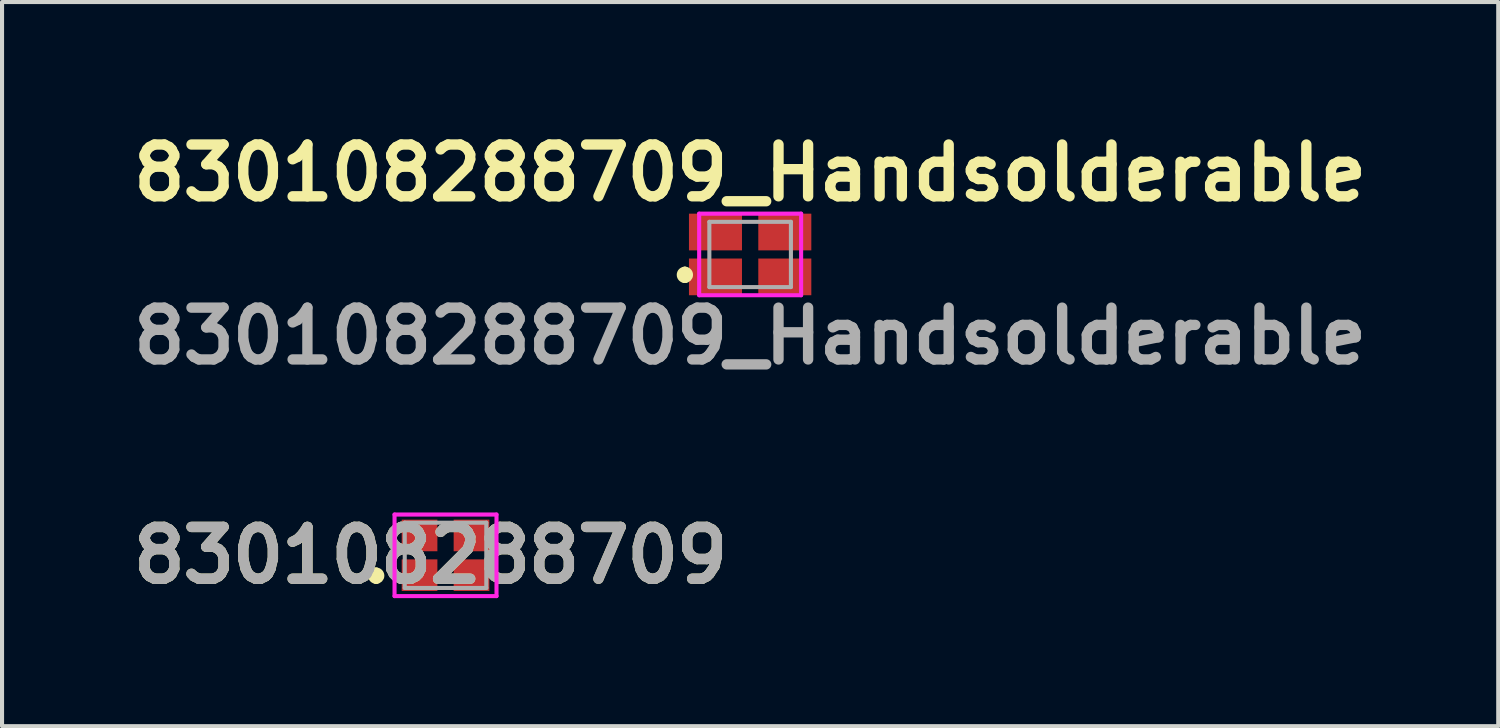
<source format=kicad_pcb>
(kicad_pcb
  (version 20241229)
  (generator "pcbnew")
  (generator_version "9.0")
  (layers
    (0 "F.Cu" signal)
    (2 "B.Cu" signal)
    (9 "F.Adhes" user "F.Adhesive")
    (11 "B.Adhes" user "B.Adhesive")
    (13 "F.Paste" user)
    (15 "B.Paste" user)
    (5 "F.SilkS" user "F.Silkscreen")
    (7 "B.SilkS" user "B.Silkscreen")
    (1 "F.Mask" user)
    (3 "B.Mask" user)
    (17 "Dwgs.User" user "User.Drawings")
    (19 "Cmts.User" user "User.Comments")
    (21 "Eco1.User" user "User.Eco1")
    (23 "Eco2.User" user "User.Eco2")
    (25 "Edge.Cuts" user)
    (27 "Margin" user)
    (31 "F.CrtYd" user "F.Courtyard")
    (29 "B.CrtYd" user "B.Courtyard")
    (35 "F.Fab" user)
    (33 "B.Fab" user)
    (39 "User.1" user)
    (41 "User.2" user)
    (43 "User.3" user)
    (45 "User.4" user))
  (footprint "830108288709"
    (layer "F.Cu")
    (at 7.874 10.566)
    (property "Reference" "830108288709" (at -0.363 0 0) (layer "F.SilkS") (effects (font (size 1.27 1.27) (thickness 0.254))))
    (attr smd)
    (fp_line (start -1.7 0.4) (end -1.7 0.4) (stroke (width 0.2) (type solid)) (layer "F.SilkS"))
    (fp_line (start -1.7 0.6) (end -1.7 0.6) (stroke (width 0.2) (type solid)) (layer "F.SilkS"))
    (fp_arc (start -1.7 0.4) (mid -1.6 0.5) (end -1.7 0.6) (stroke (width 0.2) (type solid)) (layer "F.SilkS"))
    (fp_arc (start -1.7 0.6) (mid -1.8 0.5) (end -1.7 0.4) (stroke (width 0.2) (type solid)) (layer "F.SilkS"))
    (fp_line (start -1.25 -1) (end 1.25 -1) (stroke (width 0.1) (type solid)) (layer "F.CrtYd"))
    (fp_line (start -1.25 1) (end -1.25 -1) (stroke (width 0.1) (type solid)) (layer "F.CrtYd"))
    (fp_line (start 1.25 -1) (end 1.25 1) (stroke (width 0.1) (type solid)) (layer "F.CrtYd"))
    (fp_line (start 1.25 1) (end -1.25 1) (stroke (width 0.1) (type solid)) (layer "F.CrtYd"))
    (fp_line (start -1 -0.8) (end 1 -0.8) (stroke (width 0.1) (type solid)) (layer "F.Fab"))
    (fp_line (start -1 0.8) (end -1 -0.8) (stroke (width 0.1) (type solid)) (layer "F.Fab"))
    (fp_line (start 1 -0.8) (end 1 0.8) (stroke (width 0.1) (type solid)) (layer "F.Fab"))
    (fp_line (start 1 0.8) (end -1 0.8) (stroke (width 0.1) (type solid)) (layer "F.Fab"))
    (fp_text user "${REFERENCE}" (at -0.363 0 0) (layer "F.Fab") (effects (font (size 1.27 1.27) (thickness 0.254))))
    (pad "1" smd rect (at -0.637 0.487 90) (size 0.775 0.875) (layers "F.Cu" "F.Mask" "F.Paste"))
    (pad "2" smd rect (at 0.637 0.487 90) (size 0.775 0.875) (layers "F.Cu" "F.Mask" "F.Paste"))
    (pad "3" smd rect (at 0.637 -0.487 90) (size 0.775 0.875) (layers "F.Cu" "F.Mask" "F.Paste"))
    (pad "4" smd rect (at -0.637 -0.487 90) (size 0.775 0.875) (layers "F.Cu" "F.Mask" "F.Paste")))
  (footprint "830108288709_Handsolderable"
    (layer "F.Cu")
    (at 15.343 3.189)
    (property "Reference" "830108288709_Handsolderable" (at 0 -2 0) (layer "F.SilkS") (effects (font (size 1.27 1.27) (thickness 0.254))))
    (attr smd)
    (fp_line (start -1.6 0.4) (end -1.6 0.4) (stroke (width 0.2) (type solid)) (layer "F.SilkS"))
    (fp_line (start -1.6 0.6) (end -1.6 0.6) (stroke (width 0.2) (type solid)) (layer "F.SilkS"))
    (fp_arc (start -1.6 0.4) (mid -1.5 0.5) (end -1.6 0.6) (stroke (width 0.2) (type solid)) (layer "F.SilkS"))
    (fp_arc (start -1.6 0.6) (mid -1.7 0.5) (end -1.6 0.4) (stroke (width 0.2) (type solid)) (layer "F.SilkS"))
    (fp_line (start -1.25 -1) (end 1.25 -1) (stroke (width 0.1) (type solid)) (layer "F.CrtYd"))
    (fp_line (start -1.25 1) (end -1.25 -1) (stroke (width 0.1) (type solid)) (layer "F.CrtYd"))
    (fp_line (start 1.25 -1) (end 1.25 1) (stroke (width 0.1) (type solid)) (layer "F.CrtYd"))
    (fp_line (start 1.25 1) (end -1.25 1) (stroke (width 0.1) (type solid)) (layer "F.CrtYd"))
    (fp_line (start -1 -0.8) (end 1 -0.8) (stroke (width 0.1) (type solid)) (layer "F.Fab"))
    (fp_line (start -1 0.8) (end -1 -0.8) (stroke (width 0.1) (type solid)) (layer "F.Fab"))
    (fp_line (start 1 -0.8) (end 1 0.8) (stroke (width 0.1) (type solid)) (layer "F.Fab"))
    (fp_line (start 1 0.8) (end -1 0.8) (stroke (width 0.1) (type solid)) (layer "F.Fab"))
    (fp_text user "${REFERENCE}" (at 0 2 0) (layer "F.Fab") (effects (font (size 1.27 1.27) (thickness 0.254))))
    (pad "1" smd rect (at -0.85 0.55 90) (size 0.9 1.3) (layers "F.Cu" "F.Mask" "F.Paste"))
    (pad "2" smd rect (at 0.85 0.55 90) (size 0.9 1.3) (layers "F.Cu" "F.Mask" "F.Paste"))
    (pad "3" smd rect (at 0.85 -0.55 90) (size 0.9 1.3) (layers "F.Cu" "F.Mask" "F.Paste"))
    (pad "4" smd rect (at -0.85 -0.55 90) (size 0.9 1.3) (layers "F.Cu" "F.Mask" "F.Paste")))
  (gr_rect
    (start -3 -3)
    (end 33.686 14.755)
    (stroke (width 0.1) (type default))
    (fill no)
    (layer "Edge.Cuts")))
</source>
